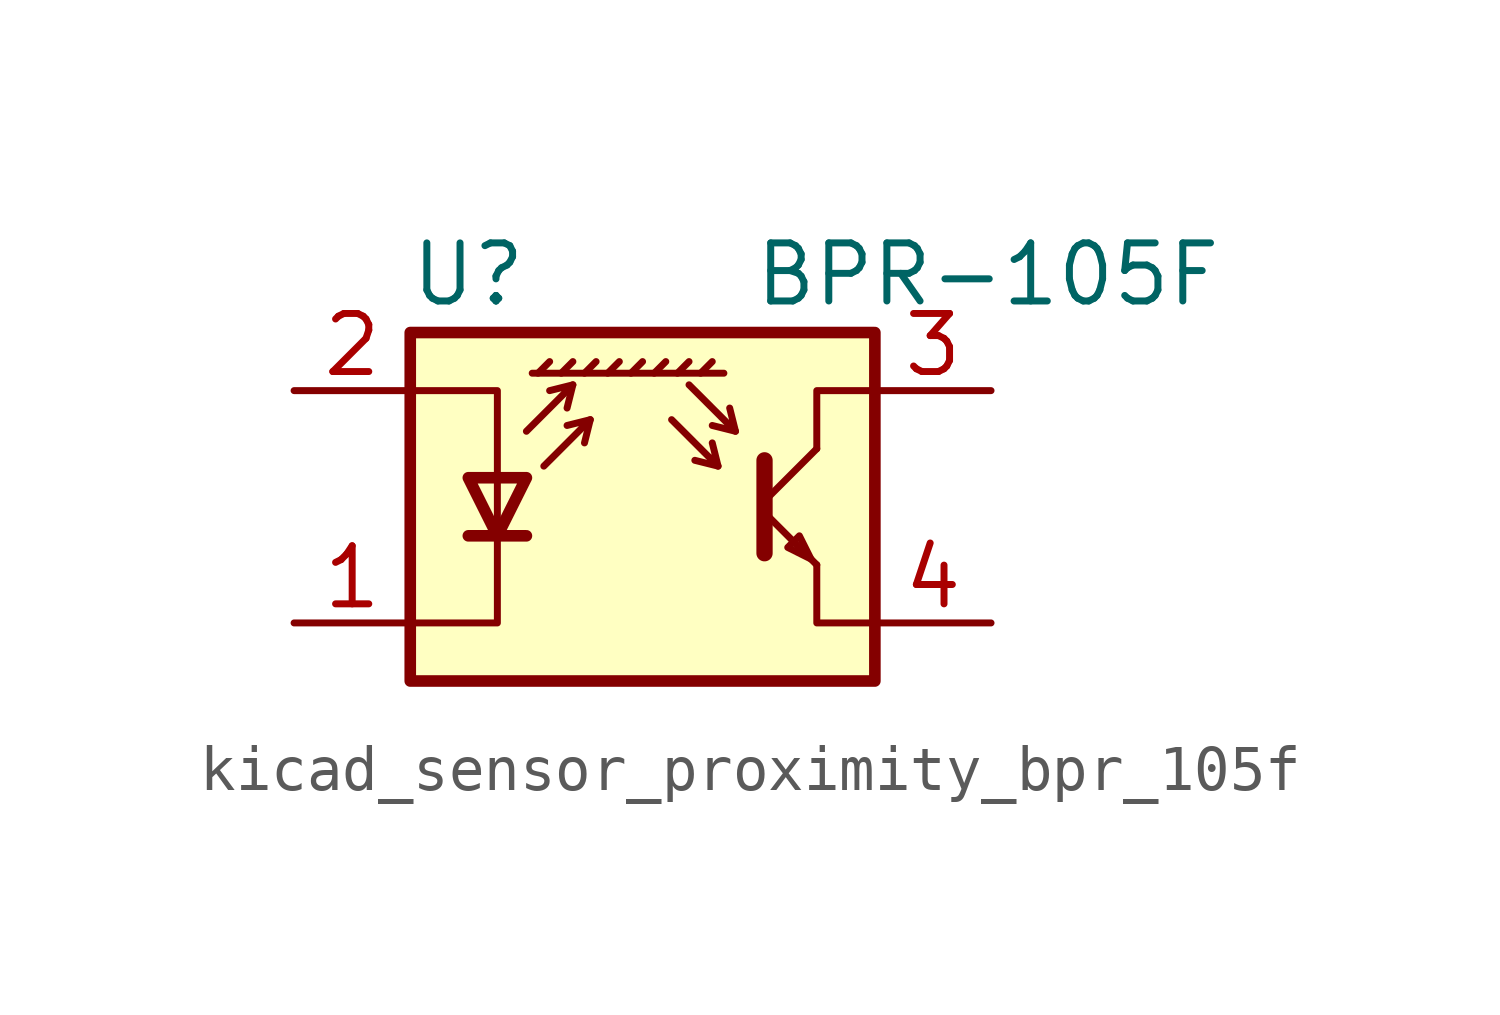
<source format=kicad_sym>
(kicad_symbol_lib
  (version 20220914)
  (generator kicad_symbol_editor)
  (symbol "kicad_sensor_proximity_bpr_105f"
    (pin_names
      (offset 0.025) hide)
    (property "Reference" "U"
      (at -3.81 5.08 0)
      (effects (font (size 1.27 1.27))))
    (property "Value" "BPR-105F"
      (at 12.7 5.08 0)
      (effects (font (size 1.27 1.27)) (justify right)))
    (symbol "kicad_sensor_proximity_bpr_105f_0_1"
      (polyline (pts (xy -3.81 -0.635) (xy -2.54 -0.635)) (stroke (width 0.254) (type default)) (fill (type none)))
      (polyline (pts (xy -2.286 2.921) (xy -2.032 3.175)) (stroke (width 0) (type default)) (fill (type none)))
      (polyline (pts (xy -1.778 2.921) (xy -1.524 3.175)) (stroke (width 0) (type default)) (fill (type none)))
      (polyline (pts (xy -1.524 2.667) (xy -1.651 2.159)) (stroke (width 0) (type default)) (fill (type none)))
      (polyline (pts (xy -1.27 2.921) (xy -1.016 3.175)) (stroke (width 0) (type default)) (fill (type none)))
      (polyline (pts (xy -1.143 1.905) (xy -1.27 1.397)) (stroke (width 0) (type default)) (fill (type none)))
      (polyline (pts (xy -0.762 2.921) (xy -0.508 3.175)) (stroke (width 0) (type default)) (fill (type none)))
      (polyline (pts (xy -0.254 2.921) (xy 0 3.175)) (stroke (width 0) (type default)) (fill (type none)))
      (polyline (pts (xy 0.254 2.921) (xy 0.508 3.175)) (stroke (width 0) (type default)) (fill (type none)))
      (polyline (pts (xy 0.762 2.921) (xy 1.016 3.175)) (stroke (width 0) (type default)) (fill (type none)))
      (polyline (pts (xy 1.27 2.921) (xy 1.524 3.175)) (stroke (width 0) (type default)) (fill (type none)))
      (polyline (pts (xy 1.651 0.889) (xy 1.143 1.016)) (stroke (width 0) (type default)) (fill (type none)))
      (polyline (pts (xy 1.778 2.921) (xy -2.413 2.921)) (stroke (width 0) (type default)) (fill (type none)))
      (polyline (pts (xy 2.032 1.651) (xy 1.524 1.778)) (stroke (width 0) (type default)) (fill (type none)))
      (polyline (pts (xy 2.667 -0.127) (xy 3.81 -1.27)) (stroke (width 0) (type default)) (fill (type none)))
      (polyline (pts (xy 2.667 0.127) (xy 3.81 1.27)) (stroke (width 0) (type default)) (fill (type none)))
      (polyline (pts (xy -2.54 1.651) (xy -1.524 2.667) (xy -2.032 2.54)) (stroke (width 0) (type default)) (fill (type none)))
      (polyline (pts (xy -2.159 0.889) (xy -1.143 1.905) (xy -1.651 1.778)) (stroke (width 0) (type default)) (fill (type none)))
      (polyline (pts (xy 0.635 1.905) (xy 1.651 0.889) (xy 1.524 1.397)) (stroke (width 0) (type default)) (fill (type none)))
      (polyline (pts (xy 1.016 2.667) (xy 2.032 1.651) (xy 1.905 2.159)) (stroke (width 0) (type default)) (fill (type none)))
      (polyline (pts (xy 2.667 1.016) (xy 2.667 -1.016) (xy 2.667 -1.016)) (stroke (width 0.356) (type default)) (fill (type none)))
      (polyline (pts (xy 3.81 -1.27) (xy 3.81 -2.54) (xy 5.08 -2.54)) (stroke (width 0) (type default)) (fill (type none)))
      (polyline (pts (xy 3.81 1.27) (xy 3.81 2.54) (xy 5.08 2.54)) (stroke (width 0) (type default)) (fill (type none)))
      (polyline (pts (xy -5.08 -2.54) (xy -3.175 -2.54) (xy -3.175 2.54) (xy -5.08 2.54)) (stroke (width 0) (type default)) (fill (type none)))
      (polyline (pts (xy -3.175 -0.635) (xy -3.81 0.635) (xy -2.54 0.635) (xy -3.175 -0.635)) (stroke (width 0.254) (type default)) (fill (type none)))
      (polyline (pts (xy 3.683 -1.143) (xy 3.429 -0.635) (xy 3.175 -0.889) (xy 3.683 -1.143)) (stroke (width 0) (type default)) (fill (type none)))
      (polyline (pts (xy -5.08 -3.81) (xy 5.08 -3.81) (xy 5.08 3.81) (xy -5.08 3.81) (xy -5.08 -3.81)) (stroke (width 0.254) (type default)) (fill (type background))))
    (symbol "kicad_sensor_proximity_bpr_105f_1_1"
      (pin passive line (at -7.62 -2.54 0) (length 2.54) (name "K" (effects (font (size 1.27 1.27)))) (number "1" (effects (font (size 1.27 1.27)))))
      (pin passive line (at -7.62 2.54 0) (length 2.54) (name "A" (effects (font (size 1.27 1.27)))) (number "2" (effects (font (size 1.27 1.27)))))
      (pin open_collector line (at 7.62 2.54 180) (length 2.54) (name "C" (effects (font (size 1.27 1.27)))) (number "3" (effects (font (size 1.27 1.27)))))
      (pin open_emitter line (at 7.62 -2.54 180) (length 2.54) (name "E" (effects (font (size 1.27 1.27)))) (number "4" (effects (font (size 1.27 1.27))))))))
</source>
